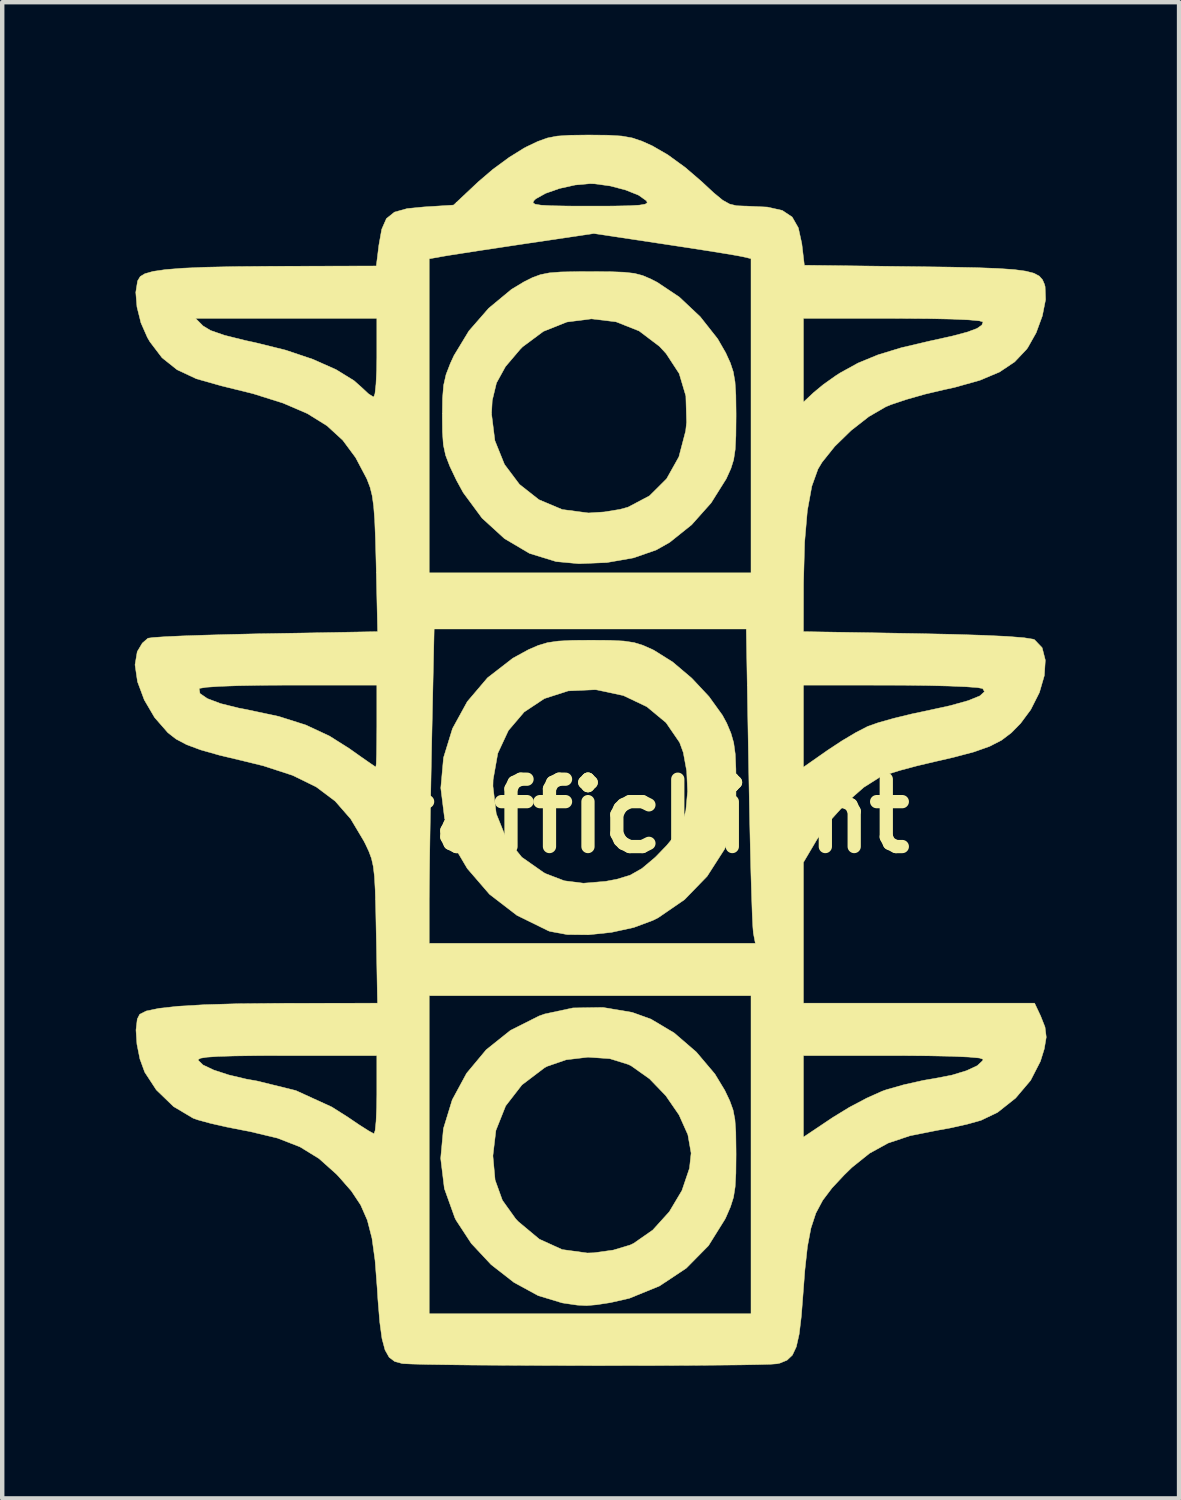
<source format=kicad_pcb>
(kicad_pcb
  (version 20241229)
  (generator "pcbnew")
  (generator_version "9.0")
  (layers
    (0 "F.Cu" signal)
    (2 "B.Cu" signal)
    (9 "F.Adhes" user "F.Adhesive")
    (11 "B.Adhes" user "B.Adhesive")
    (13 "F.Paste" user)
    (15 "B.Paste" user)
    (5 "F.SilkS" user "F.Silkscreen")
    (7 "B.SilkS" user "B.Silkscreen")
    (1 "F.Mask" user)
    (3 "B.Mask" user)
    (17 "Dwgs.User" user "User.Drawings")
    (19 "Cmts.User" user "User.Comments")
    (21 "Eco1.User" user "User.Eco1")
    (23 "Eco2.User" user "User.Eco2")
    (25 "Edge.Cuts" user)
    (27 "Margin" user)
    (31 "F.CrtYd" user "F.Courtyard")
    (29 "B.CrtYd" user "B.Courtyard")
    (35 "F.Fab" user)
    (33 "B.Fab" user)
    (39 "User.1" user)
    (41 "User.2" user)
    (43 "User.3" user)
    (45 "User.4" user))
  (footprint "trafficLight"
    (layer "F.Cu")
    (at 11.233 15.414)
    (property "Reference" "trafficLight" (at 0 0 0) (layer "F.SilkS") (effects (font (size 1.524 1.524) (thickness 0.3))))
    (attr through_hole)
    (fp_poly (pts (xy 0.019 4.441) (xy 0.445 4.594) (xy 0.972 4.908) (xy 1.472 5.339) (xy 1.892 5.836) (xy 2.116 6.206) (xy 2.229 6.444) (xy 2.303 6.649) (xy 2.345 6.868) (xy 2.365 7.148) (xy 2.37 7.538) (xy 2.371 7.655) (xy 2.367 8.082) (xy 2.35 8.389) (xy 2.313 8.625) (xy 2.245 8.84) (xy 2.14 9.082) (xy 2.12 9.122) (xy 1.747 9.72) (xy 1.245 10.229) (xy 0.639 10.632) (xy -0.044 10.911) (xy -0.475 11.009) (xy -0.789 11.057) (xy -1.012 11.076) (xy -1.221 11.065) (xy -1.491 11.026) (xy -1.566 11.014) (xy -2.107 10.85) (xy -2.654 10.552) (xy -3.171 10.149) (xy -3.62 9.669) (xy -3.964 9.144) (xy -3.991 9.091) (xy -4.229 8.427) (xy -4.312 7.746) (xy -4.307 7.686) (xy -3.131 7.686) (xy -3.081 8.235) (xy -2.916 8.693) (xy -2.617 9.111) (xy -2.557 9.175) (xy -2.08 9.573) (xy -1.563 9.808) (xy -0.994 9.886) (xy -0.847 9.881) (xy -0.408 9.82) (xy -0.028 9.706) (xy 0.053 9.668) (xy 0.486 9.366) (xy 0.86 8.953) (xy 1.146 8.473) (xy 1.317 7.968) (xy 1.354 7.626) (xy 1.28 7.208) (xy 1.08 6.761) (xy 0.781 6.327) (xy 0.413 5.945) (xy 0.004 5.655) (xy -0.064 5.62) (xy -0.486 5.489) (xy -0.979 5.455) (xy -1.474 5.514) (xy -1.906 5.663) (xy -1.964 5.695) (xy -2.474 6.082) (xy -2.842 6.557) (xy -3.063 7.112) (xy -3.131 7.686) (xy -4.307 7.686) (xy -4.25 7.07) (xy -4.051 6.42) (xy -3.726 5.819) (xy -3.283 5.288) (xy -2.734 4.849) (xy -2.086 4.523) (xy -1.959 4.478) (xy -1.32 4.341) (xy -0.641 4.33) (xy 0.019 4.441)) (stroke (width 0.01) (type solid)) (fill yes) (layer "F.SilkS"))
    (fp_poly (pts (xy -0.477 -3.976) (xy -0.167 -3.96) (xy 0.065 -3.925) (xy 0.265 -3.863) (xy 0.479 -3.768) (xy 0.513 -3.751) (xy 0.936 -3.486) (xy 1.367 -3.121) (xy 1.758 -2.704) (xy 2.062 -2.282) (xy 2.16 -2.101) (xy 2.255 -1.875) (xy 2.317 -1.659) (xy 2.352 -1.405) (xy 2.367 -1.066) (xy 2.37 -0.712) (xy 2.367 -0.29) (xy 2.352 0.012) (xy 2.316 0.241) (xy 2.251 0.445) (xy 2.147 0.673) (xy 2.107 0.754) (xy 1.716 1.363) (xy 1.204 1.891) (xy 0.61 2.299) (xy 0.489 2.36) (xy 0.056 2.521) (xy -0.448 2.631) (xy -0.968 2.686) (xy -1.45 2.681) (xy -1.84 2.609) (xy -1.876 2.596) (xy -2.588 2.246) (xy -3.207 1.77) (xy -3.711 1.186) (xy -3.982 0.727) (xy -4.224 0.054) (xy -4.31 -0.636) (xy -4.306 -0.677) (xy -3.13 -0.677) (xy -3.055 -0.053) (xy -2.837 0.485) (xy -2.477 0.931) (xy -1.981 1.279) (xy -1.929 1.306) (xy -1.515 1.464) (xy -1.082 1.519) (xy -0.58 1.477) (xy -0.327 1.429) (xy -0.026 1.338) (xy 0.241 1.186) (xy 0.537 0.937) (xy 0.56 0.915) (xy 0.805 0.661) (xy 1.014 0.406) (xy 1.136 0.214) (xy 1.235 -0.126) (xy 1.274 -0.559) (xy 1.254 -1.018) (xy 1.177 -1.438) (xy 1.094 -1.665) (xy 0.786 -2.114) (xy 0.352 -2.474) (xy -0.179 -2.727) (xy -0.779 -2.855) (xy -0.823 -2.859) (xy -1.428 -2.832) (xy -1.967 -2.658) (xy -2.424 -2.354) (xy -2.78 -1.936) (xy -3.02 -1.421) (xy -3.126 -0.823) (xy -3.13 -0.677) (xy -4.306 -0.677) (xy -4.248 -1.321) (xy -4.045 -1.98) (xy -3.711 -2.589) (xy -3.253 -3.128) (xy -2.68 -3.572) (xy -2.323 -3.767) (xy -2.103 -3.862) (xy -1.895 -3.924) (xy -1.653 -3.959) (xy -1.331 -3.976) (xy -0.911 -3.979) (xy -0.477 -3.976)) (stroke (width 0.01) (type solid)) (fill yes) (layer "F.SilkS"))
    (fp_poly (pts (xy -0.483 -12.317) (xy -0.163 -12.305) (xy 0.07 -12.279) (xy 0.258 -12.23) (xy 0.44 -12.152) (xy 0.589 -12.076) (xy 1.087 -11.743) (xy 1.56 -11.298) (xy 1.955 -10.797) (xy 2.138 -10.479) (xy 2.241 -10.253) (xy 2.308 -10.05) (xy 2.347 -9.824) (xy 2.366 -9.529) (xy 2.371 -9.118) (xy 2.371 -9.039) (xy 2.367 -8.604) (xy 2.351 -8.293) (xy 2.316 -8.061) (xy 2.254 -7.863) (xy 2.159 -7.653) (xy 2.15 -7.633) (xy 1.807 -7.086) (xy 1.366 -6.591) (xy 0.869 -6.193) (xy 0.565 -6.021) (xy 0.051 -5.842) (xy -0.554 -5.736) (xy -1.186 -5.71) (xy -1.7 -5.758) (xy -2.302 -5.943) (xy -2.869 -6.278) (xy -3.377 -6.742) (xy -3.802 -7.318) (xy -3.957 -7.601) (xy -4.107 -7.917) (xy -4.201 -8.163) (xy -4.252 -8.4) (xy -4.272 -8.688) (xy -4.276 -9.055) (xy -4.275 -9.102) (xy -3.162 -9.102) (xy -3.086 -8.495) (xy -2.869 -7.957) (xy -2.53 -7.505) (xy -2.089 -7.158) (xy -1.562 -6.936) (xy -0.969 -6.858) (xy -0.968 -6.858) (xy -0.611 -6.881) (xy -0.256 -6.939) (xy -0.074 -6.989) (xy 0.412 -7.246) (xy 0.799 -7.631) (xy 1.077 -8.127) (xy 1.231 -8.715) (xy 1.252 -8.911) (xy 1.235 -9.504) (xy 1.084 -10.012) (xy 0.787 -10.466) (xy 0.638 -10.627) (xy 0.177 -10.976) (xy -0.346 -11.183) (xy -0.901 -11.25) (xy -1.459 -11.178) (xy -1.989 -10.966) (xy -2.46 -10.616) (xy -2.512 -10.563) (xy -2.846 -10.17) (xy -3.05 -9.8) (xy -3.146 -9.402) (xy -3.162 -9.102) (xy -4.275 -9.102) (xy -4.27 -9.456) (xy -4.246 -9.748) (xy -4.191 -9.99) (xy -4.094 -10.241) (xy -4.012 -10.419) (xy -3.675 -10.975) (xy -3.226 -11.49) (xy -2.712 -11.916) (xy -2.429 -12.087) (xy -2.233 -12.185) (xy -2.055 -12.25) (xy -1.856 -12.29) (xy -1.594 -12.311) (xy -1.229 -12.318) (xy -0.931 -12.319) (xy -0.483 -12.317)) (stroke (width 0.01) (type solid)) (fill yes) (layer "F.SilkS"))
    (fp_poly (pts (xy -0.519 -15.405) (xy -0.216 -15.386) (xy 0.02 -15.344) (xy 0.242 -15.269) (xy 0.476 -15.164) (xy 0.827 -14.961) (xy 1.223 -14.673) (xy 1.587 -14.36) (xy 1.867 -14.1) (xy 2.066 -13.936) (xy 2.225 -13.847) (xy 2.383 -13.809) (xy 2.58 -13.801) (xy 2.603 -13.801) (xy 3.08 -13.779) (xy 3.417 -13.703) (xy 3.641 -13.553) (xy 3.78 -13.309) (xy 3.858 -12.953) (xy 3.866 -12.888) (xy 3.916 -12.463) (xy 6.424 -12.431) (xy 7.194 -12.421) (xy 7.811 -12.408) (xy 8.294 -12.39) (xy 8.66 -12.365) (xy 8.927 -12.329) (xy 9.112 -12.281) (xy 9.232 -12.217) (xy 9.305 -12.134) (xy 9.349 -12.031) (xy 9.363 -11.979) (xy 9.374 -11.686) (xy 9.301 -11.318) (xy 9.161 -10.936) (xy 8.972 -10.6) (xy 8.943 -10.56) (xy 8.674 -10.276) (xy 8.332 -10.047) (xy 7.888 -9.86) (xy 7.314 -9.699) (xy 7.07 -9.646) (xy 6.647 -9.546) (xy 6.228 -9.427) (xy 5.878 -9.31) (xy 5.757 -9.26) (xy 5.375 -9.038) (xy 4.973 -8.724) (xy 4.603 -8.363) (xy 4.315 -8.003) (xy 4.224 -7.851) (xy 4.085 -7.464) (xy 3.984 -6.911) (xy 3.922 -6.195) (xy 3.898 -5.313) (xy 3.897 -5.24) (xy 3.895 -4.173) (xy 6.418 -4.13) (xy 7.274 -4.112) (xy 7.972 -4.09) (xy 8.51 -4.065) (xy 8.884 -4.035) (xy 9.092 -4.002) (xy 9.124 -3.99) (xy 9.296 -3.809) (xy 9.368 -3.528) (xy 9.346 -3.18) (xy 9.234 -2.795) (xy 9.038 -2.407) (xy 8.808 -2.097) (xy 8.599 -1.884) (xy 8.376 -1.715) (xy 8.105 -1.576) (xy 7.754 -1.452) (xy 7.29 -1.329) (xy 6.882 -1.235) (xy 6.467 -1.137) (xy 6.082 -1.034) (xy 5.776 -0.939) (xy 5.624 -0.88) (xy 5.26 -0.65) (xy 4.873 -0.31) (xy 4.505 0.098) (xy 4.202 0.528) (xy 4.192 0.545) (xy 3.895 1.048) (xy 3.895 4.233) (xy 9.125 4.233) (xy 9.261 4.521) (xy 9.361 4.774) (xy 9.389 5.002) (xy 9.344 5.269) (xy 9.257 5.549) (xy 9.035 5.981) (xy 8.695 6.382) (xy 8.287 6.705) (xy 7.911 6.885) (xy 7.595 6.973) (xy 7.208 7.059) (xy 6.919 7.111) (xy 6.307 7.233) (xy 5.813 7.398) (xy 5.391 7.63) (xy 4.99 7.952) (xy 4.818 8.12) (xy 4.541 8.416) (xy 4.331 8.694) (xy 4.176 8.985) (xy 4.065 9.323) (xy 3.986 9.74) (xy 3.928 10.269) (xy 3.891 10.757) (xy 3.848 11.311) (xy 3.799 11.72) (xy 3.734 12.008) (xy 3.645 12.197) (xy 3.523 12.312) (xy 3.361 12.378) (xy 3.297 12.392) (xy 3.162 12.402) (xy 2.879 12.41) (xy 2.467 12.418) (xy 1.948 12.423) (xy 1.342 12.428) (xy 0.67 12.431) (xy -0.047 12.432) (xy -0.79 12.433) (xy -1.537 12.431) (xy -2.268 12.429) (xy -2.962 12.425) (xy -3.598 12.421) (xy -4.157 12.414) (xy -4.616 12.407) (xy -4.957 12.398) (xy -5.157 12.389) (xy -5.188 12.385) (xy -5.353 12.34) (xy -5.478 12.246) (xy -5.571 12.081) (xy -5.64 11.823) (xy -5.691 11.448) (xy -5.733 10.936) (xy -5.748 10.693) (xy -5.797 10.055) (xy -5.867 9.55) (xy -5.972 9.143) (xy -6.123 8.799) (xy -6.334 8.482) (xy -6.618 8.158) (xy -6.673 8.1) (xy -7.066 7.749) (xy -7.497 7.484) (xy -8.006 7.286) (xy -8.634 7.136) (xy -8.757 7.113) (xy -9.155 7.035) (xy -9.524 6.951) (xy -9.809 6.873) (xy -9.913 6.836) (xy -10.357 6.572) (xy -10.747 6.195) (xy -11.009 5.794) (xy -11.107 5.524) (xy -9.8 5.524) (xy -9.69 5.631) (xy -9.447 5.746) (xy -9.107 5.857) (xy -8.706 5.952) (xy -8.467 5.994) (xy -7.59 6.21) (xy -6.774 6.583) (xy -6.41 6.814) (xy -6.15 6.99) (xy -5.942 7.122) (xy -5.828 7.185) (xy -5.821 7.187) (xy -5.795 7.112) (xy -5.774 6.903) (xy -5.761 6.593) (xy -5.757 6.308) (xy -5.757 5.419) (xy -7.796 5.419) (xy -8.461 5.42) (xy -8.973 5.427) (xy -9.347 5.438) (xy -9.598 5.455) (xy -9.744 5.478) (xy -9.8 5.51) (xy -9.8 5.524) (xy -11.107 5.524) (xy -11.118 5.495) (xy -11.185 5.16) (xy -11.206 4.841) (xy -11.177 4.592) (xy -11.122 4.485) (xy -10.973 4.41) (xy -10.683 4.35) (xy -10.247 4.302) (xy -9.66 4.268) (xy -8.917 4.246) (xy -8.011 4.237) (xy -7.803 4.236) (xy -5.741 4.233) (xy -5.745 4.064) (xy -4.572 4.064) (xy -4.572 11.261) (xy 2.709 11.261) (xy 2.709 5.419) (xy 3.895 5.419) (xy 3.895 7.264) (xy 4.562 6.817) (xy 4.933 6.59) (xy 5.33 6.38) (xy 5.682 6.223) (xy 5.769 6.192) (xy 6.166 6.079) (xy 6.609 5.98) (xy 6.868 5.936) (xy 7.252 5.862) (xy 7.584 5.761) (xy 7.829 5.647) (xy 7.951 5.533) (xy 7.959 5.501) (xy 7.876 5.474) (xy 7.636 5.452) (xy 7.249 5.435) (xy 6.729 5.424) (xy 6.085 5.419) (xy 5.927 5.419) (xy 3.895 5.419) (xy 2.709 5.419) (xy 2.709 4.064) (xy -4.572 4.064) (xy -5.745 4.064) (xy -5.766 2.879) (xy -4.572 2.879) (xy 2.807 2.879) (xy 2.762 2.646) (xy 2.751 2.511) (xy 2.737 2.227) (xy 2.723 1.814) (xy 2.707 1.29) (xy 2.692 0.676) (xy 2.677 -0.008) (xy 2.663 -0.742) (xy 2.66 -0.91) (xy 2.656 -1.106) (xy 3.895 -1.106) (xy 4.438 -1.486) (xy 4.759 -1.698) (xy 5.083 -1.891) (xy 5.342 -2.025) (xy 5.348 -2.028) (xy 5.586 -2.112) (xy 5.937 -2.211) (xy 6.348 -2.311) (xy 6.646 -2.374) (xy 7.21 -2.497) (xy 7.626 -2.613) (xy 7.888 -2.72) (xy 7.992 -2.815) (xy 7.95 -2.886) (xy 7.834 -2.907) (xy 7.575 -2.926) (xy 7.197 -2.942) (xy 6.726 -2.954) (xy 6.188 -2.961) (xy 5.863 -2.962) (xy 3.895 -2.963) (xy 3.895 -1.106) (xy 2.656 -1.106) (xy 2.602 -4.233) (xy -4.46 -4.233) (xy -4.516 -1.63) (xy -4.53 -0.926) (xy -4.543 -0.228) (xy -4.554 0.433) (xy -4.563 1.026) (xy -4.569 1.518) (xy -4.572 1.879) (xy -4.572 1.926) (xy -4.572 2.879) (xy -5.766 2.879) (xy -5.771 2.646) (xy -5.782 2.089) (xy -5.794 1.672) (xy -5.811 1.364) (xy -5.838 1.137) (xy -5.878 0.959) (xy -5.936 0.802) (xy -6.014 0.635) (xy -6.051 0.563) (xy -6.348 0.065) (xy -6.699 -0.337) (xy -7.129 -0.66) (xy -7.662 -0.921) (xy -8.324 -1.137) (xy -8.752 -1.242) (xy -9.317 -1.377) (xy -9.744 -1.498) (xy -10.061 -1.616) (xy -10.299 -1.742) (xy -10.486 -1.887) (xy -10.486 -1.888) (xy -10.785 -2.23) (xy -11.019 -2.629) (xy -11.113 -2.882) (xy -9.777 -2.882) (xy -9.759 -2.774) (xy -9.592 -2.659) (xy -9.294 -2.546) (xy -8.884 -2.444) (xy -8.714 -2.412) (xy -7.977 -2.255) (xy -7.363 -2.06) (xy -6.827 -1.81) (xy -6.382 -1.529) (xy -6.115 -1.34) (xy -5.907 -1.195) (xy -5.791 -1.116) (xy -5.779 -1.109) (xy -5.77 -1.184) (xy -5.763 -1.395) (xy -5.759 -1.708) (xy -5.757 -2.032) (xy -5.757 -2.963) (xy -7.742 -2.963) (xy -8.361 -2.96) (xy -8.891 -2.95) (xy -9.314 -2.935) (xy -9.61 -2.915) (xy -9.761 -2.891) (xy -9.777 -2.882) (xy -11.113 -2.882) (xy -11.172 -3.04) (xy -11.228 -3.423) (xy -11.178 -3.72) (xy -11.063 -3.913) (xy -10.935 -4.024) (xy -10.818 -4.04) (xy -10.553 -4.058) (xy -10.164 -4.076) (xy -9.672 -4.093) (xy -9.1 -4.109) (xy -8.47 -4.124) (xy -8.267 -4.127) (xy -5.739 -4.173) (xy -5.773 -5.706) (xy -5.788 -6.271) (xy -5.805 -6.697) (xy -5.829 -7.012) (xy -5.862 -7.248) (xy -5.908 -7.434) (xy -5.971 -7.6) (xy -5.988 -7.64) (xy -6.237 -8.111) (xy -6.528 -8.504) (xy -6.885 -8.831) (xy -7.329 -9.107) (xy -7.88 -9.344) (xy -8.56 -9.558) (xy -9.27 -9.733) (xy -9.84 -9.894) (xy -10.277 -10.099) (xy -10.616 -10.369) (xy -10.89 -10.729) (xy -10.948 -10.828) (xy -11.095 -11.162) (xy -11.119 -11.261) (xy -9.859 -11.261) (xy -9.69 -11.091) (xy -9.518 -10.987) (xy -9.204 -10.878) (xy -8.735 -10.761) (xy -8.507 -10.712) (xy -7.823 -10.543) (xy -7.204 -10.335) (xy -6.678 -10.101) (xy -6.275 -9.853) (xy -6.101 -9.699) (xy -5.946 -9.554) (xy -5.836 -9.484) (xy -5.827 -9.483) (xy -5.799 -9.561) (xy -5.776 -9.775) (xy -5.761 -10.087) (xy -5.757 -10.372) (xy -5.757 -11.261) (xy -9.859 -11.261) (xy -11.119 -11.261) (xy -11.184 -11.519) (xy -11.211 -11.85) (xy -11.17 -12.108) (xy -11.11 -12.208) (xy -11.004 -12.272) (xy -10.818 -12.324) (xy -10.537 -12.365) (xy -10.149 -12.396) (xy -9.637 -12.418) (xy -8.988 -12.432) (xy -8.188 -12.439) (xy -7.944 -12.44) (xy -5.77 -12.446) (xy -5.749 -12.608) (xy -4.572 -12.608) (xy -4.572 -5.503) (xy 2.709 -5.503) (xy 2.709 -11.261) (xy 3.895 -11.261) (xy 3.895 -9.366) (xy 4.128 -9.584) (xy 4.347 -9.765) (xy 4.622 -9.96) (xy 4.721 -10.024) (xy 5.129 -10.249) (xy 5.58 -10.435) (xy 6.114 -10.598) (xy 6.775 -10.753) (xy 6.777 -10.753) (xy 7.265 -10.861) (xy 7.606 -10.952) (xy 7.821 -11.032) (xy 7.932 -11.109) (xy 7.959 -11.179) (xy 7.876 -11.205) (xy 7.637 -11.227) (xy 7.256 -11.244) (xy 6.743 -11.255) (xy 6.114 -11.26) (xy 5.927 -11.261) (xy 3.895 -11.261) (xy 2.709 -11.261) (xy 2.709 -12.612) (xy 2.519 -12.657) (xy 2.377 -12.684) (xy 2.098 -12.731) (xy 1.711 -12.793) (xy 1.247 -12.865) (xy 0.74 -12.942) (xy -0.848 -13.181) (xy -2.435 -12.945) (xy -2.953 -12.867) (xy -3.431 -12.795) (xy -3.836 -12.732) (xy -4.137 -12.685) (xy -4.297 -12.658) (xy -4.572 -12.608) (xy -5.749 -12.608) (xy -5.711 -12.915) (xy -5.646 -13.278) (xy -5.54 -13.519) (xy -5.358 -13.665) (xy -5.07 -13.745) (xy -4.693 -13.782) (xy -4.022 -13.824) (xy -3.966 -13.876) (xy -2.224 -13.876) (xy -2.176 -13.844) (xy -2.041 -13.822) (xy -1.798 -13.809) (xy -1.427 -13.802) (xy -0.931 -13.801) (xy -0.418 -13.802) (xy -0.052 -13.809) (xy 0.185 -13.823) (xy 0.316 -13.845) (xy 0.362 -13.878) (xy 0.344 -13.921) (xy 0.165 -14.048) (xy -0.127 -14.165) (xy -0.476 -14.257) (xy -0.825 -14.305) (xy -0.931 -14.309) (xy -1.268 -14.279) (xy -1.623 -14.2) (xy -1.94 -14.089) (xy -2.163 -13.964) (xy -2.206 -13.921) (xy -2.224 -13.876) (xy -3.966 -13.876) (xy -3.462 -14.35) (xy -3.131 -14.633) (xy -2.762 -14.904) (xy -2.426 -15.113) (xy -2.369 -15.143) (xy -2.115 -15.264) (xy -1.902 -15.341) (xy -1.678 -15.385) (xy -1.394 -15.404) (xy -0.997 -15.409) (xy -0.939 -15.409) (xy -0.519 -15.405)) (stroke (width 0.01) (type solid)) (fill yes) (layer "F.SilkS")))
  (gr_rect
    (start -3 -3)
    (end 23.627 30.852)
    (stroke (width 0.1) (type default))
    (fill no)
    (layer "Edge.Cuts")))
</source>
